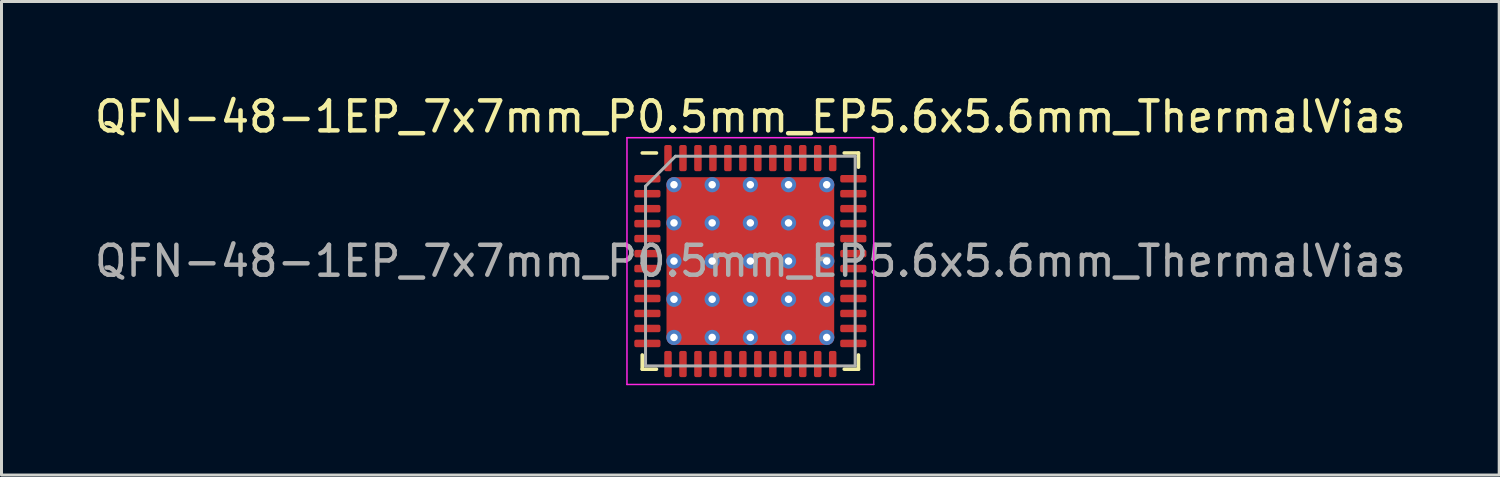
<source format=kicad_pcb>
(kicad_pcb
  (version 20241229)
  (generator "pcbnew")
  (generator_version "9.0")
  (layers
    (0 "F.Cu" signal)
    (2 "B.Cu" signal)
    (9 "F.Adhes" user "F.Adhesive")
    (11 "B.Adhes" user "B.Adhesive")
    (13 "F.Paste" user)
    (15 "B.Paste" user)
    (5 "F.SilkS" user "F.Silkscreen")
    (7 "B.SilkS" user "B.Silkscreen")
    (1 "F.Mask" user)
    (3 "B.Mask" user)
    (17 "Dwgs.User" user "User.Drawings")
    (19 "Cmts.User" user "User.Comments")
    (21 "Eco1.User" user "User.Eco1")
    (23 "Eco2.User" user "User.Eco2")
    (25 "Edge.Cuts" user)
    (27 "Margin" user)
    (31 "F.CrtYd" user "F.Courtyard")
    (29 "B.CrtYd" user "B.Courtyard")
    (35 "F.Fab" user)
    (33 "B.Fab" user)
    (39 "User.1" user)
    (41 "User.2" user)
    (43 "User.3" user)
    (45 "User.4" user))
  (footprint "QFN-48-1EP_7x7mm_P0.5mm_EP5.6x5.6mm_ThermalVias"
    (layer "F.Cu")
    (at 22.006 5.668)
    (property "Reference" "QFN-48-1EP_7x7mm_P0.5mm_EP5.6x5.6mm_ThermalVias" (at 0 -4.82 0) (layer "F.SilkS") (effects (font (size 1 1) (thickness 0.15))))
    (attr smd)
    (fp_line (start -3.61 3.61) (end -3.61 3.135) (stroke (width 0.12) (type solid)) (layer "F.SilkS"))
    (fp_line (start -3.135 -3.61) (end -3.61 -3.61) (stroke (width 0.12) (type solid)) (layer "F.SilkS"))
    (fp_line (start -3.135 3.61) (end -3.61 3.61) (stroke (width 0.12) (type solid)) (layer "F.SilkS"))
    (fp_line (start 3.135 -3.61) (end 3.61 -3.61) (stroke (width 0.12) (type solid)) (layer "F.SilkS"))
    (fp_line (start 3.135 3.61) (end 3.61 3.61) (stroke (width 0.12) (type solid)) (layer "F.SilkS"))
    (fp_line (start 3.61 -3.61) (end 3.61 -3.135) (stroke (width 0.12) (type solid)) (layer "F.SilkS"))
    (fp_line (start 3.61 3.61) (end 3.61 3.135) (stroke (width 0.12) (type solid)) (layer "F.SilkS"))
    (fp_line (start -4.12 -4.12) (end -4.12 4.12) (stroke (width 0.05) (type solid)) (layer "F.CrtYd"))
    (fp_line (start -4.12 4.12) (end 4.12 4.12) (stroke (width 0.05) (type solid)) (layer "F.CrtYd"))
    (fp_line (start 4.12 -4.12) (end -4.12 -4.12) (stroke (width 0.05) (type solid)) (layer "F.CrtYd"))
    (fp_line (start 4.12 4.12) (end 4.12 -4.12) (stroke (width 0.05) (type solid)) (layer "F.CrtYd"))
    (fp_line (start -3.5 -2.5) (end -2.5 -3.5) (stroke (width 0.1) (type solid)) (layer "F.Fab"))
    (fp_line (start -3.5 3.5) (end -3.5 -2.5) (stroke (width 0.1) (type solid)) (layer "F.Fab"))
    (fp_line (start -2.5 -3.5) (end 3.5 -3.5) (stroke (width 0.1) (type solid)) (layer "F.Fab"))
    (fp_line (start 3.5 -3.5) (end 3.5 3.5) (stroke (width 0.1) (type solid)) (layer "F.Fab"))
    (fp_line (start 3.5 3.5) (end -3.5 3.5) (stroke (width 0.1) (type solid)) (layer "F.Fab"))
    (fp_text user "${REFERENCE}" (at 0 0 0) (layer "F.Fab") (effects (font (size 1 1) (thickness 0.15))))
    (pad "" smd roundrect (at -1.913 -1.913) (size 1.084 1.084) (layers "F.Paste") (roundrect_rratio 0.231))
    (pad "" smd roundrect (at -1.913 -0.637) (size 1.084 1.084) (layers "F.Paste") (roundrect_rratio 0.231))
    (pad "" smd roundrect (at -1.913 0.637) (size 1.084 1.084) (layers "F.Paste") (roundrect_rratio 0.231))
    (pad "" smd roundrect (at -1.913 1.913) (size 1.084 1.084) (layers "F.Paste") (roundrect_rratio 0.231))
    (pad "" smd roundrect (at -0.637 -1.913) (size 1.084 1.084) (layers "F.Paste") (roundrect_rratio 0.231))
    (pad "" smd roundrect (at -0.637 -0.637) (size 1.084 1.084) (layers "F.Paste") (roundrect_rratio 0.231))
    (pad "" smd roundrect (at -0.637 0.637) (size 1.084 1.084) (layers "F.Paste") (roundrect_rratio 0.231))
    (pad "" smd roundrect (at -0.637 1.913) (size 1.084 1.084) (layers "F.Paste") (roundrect_rratio 0.231))
    (pad "" smd roundrect (at 0.637 -1.913) (size 1.084 1.084) (layers "F.Paste") (roundrect_rratio 0.231))
    (pad "" smd roundrect (at 0.637 -0.637) (size 1.084 1.084) (layers "F.Paste") (roundrect_rratio 0.231))
    (pad "" smd roundrect (at 0.637 0.637) (size 1.084 1.084) (layers "F.Paste") (roundrect_rratio 0.231))
    (pad "" smd roundrect (at 0.637 1.913) (size 1.084 1.084) (layers "F.Paste") (roundrect_rratio 0.231))
    (pad "" smd roundrect (at 1.913 -1.913) (size 1.084 1.084) (layers "F.Paste") (roundrect_rratio 0.231))
    (pad "" smd roundrect (at 1.913 -0.637) (size 1.084 1.084) (layers "F.Paste") (roundrect_rratio 0.231))
    (pad "" smd roundrect (at 1.913 0.637) (size 1.084 1.084) (layers "F.Paste") (roundrect_rratio 0.231))
    (pad "" smd roundrect (at 1.913 1.913) (size 1.084 1.084) (layers "F.Paste") (roundrect_rratio 0.231))
    (pad "1" smd roundrect (at -3.438 -2.75) (size 0.875 0.25) (layers "F.Cu" "F.Mask" "F.Paste") (roundrect_rratio 0.25))
    (pad "2" smd roundrect (at -3.438 -2.25) (size 0.875 0.25) (layers "F.Cu" "F.Mask" "F.Paste") (roundrect_rratio 0.25))
    (pad "3" smd roundrect (at -3.438 -1.75) (size 0.875 0.25) (layers "F.Cu" "F.Mask" "F.Paste") (roundrect_rratio 0.25))
    (pad "4" smd roundrect (at -3.438 -1.25) (size 0.875 0.25) (layers "F.Cu" "F.Mask" "F.Paste") (roundrect_rratio 0.25))
    (pad "5" smd roundrect (at -3.438 -0.75) (size 0.875 0.25) (layers "F.Cu" "F.Mask" "F.Paste") (roundrect_rratio 0.25))
    (pad "6" smd roundrect (at -3.438 -0.25) (size 0.875 0.25) (layers "F.Cu" "F.Mask" "F.Paste") (roundrect_rratio 0.25))
    (pad "7" smd roundrect (at -3.438 0.25) (size 0.875 0.25) (layers "F.Cu" "F.Mask" "F.Paste") (roundrect_rratio 0.25))
    (pad "8" smd roundrect (at -3.438 0.75) (size 0.875 0.25) (layers "F.Cu" "F.Mask" "F.Paste") (roundrect_rratio 0.25))
    (pad "9" smd roundrect (at -3.438 1.25) (size 0.875 0.25) (layers "F.Cu" "F.Mask" "F.Paste") (roundrect_rratio 0.25))
    (pad "10" smd roundrect (at -3.438 1.75) (size 0.875 0.25) (layers "F.Cu" "F.Mask" "F.Paste") (roundrect_rratio 0.25))
    (pad "11" smd roundrect (at -3.438 2.25) (size 0.875 0.25) (layers "F.Cu" "F.Mask" "F.Paste") (roundrect_rratio 0.25))
    (pad "12" smd roundrect (at -3.438 2.75) (size 0.875 0.25) (layers "F.Cu" "F.Mask" "F.Paste") (roundrect_rratio 0.25))
    (pad "13" smd roundrect (at -2.75 3.438) (size 0.25 0.875) (layers "F.Cu" "F.Mask" "F.Paste") (roundrect_rratio 0.25))
    (pad "14" smd roundrect (at -2.25 3.438) (size 0.25 0.875) (layers "F.Cu" "F.Mask" "F.Paste") (roundrect_rratio 0.25))
    (pad "15" smd roundrect (at -1.75 3.438) (size 0.25 0.875) (layers "F.Cu" "F.Mask" "F.Paste") (roundrect_rratio 0.25))
    (pad "16" smd roundrect (at -1.25 3.438) (size 0.25 0.875) (layers "F.Cu" "F.Mask" "F.Paste") (roundrect_rratio 0.25))
    (pad "17" smd roundrect (at -0.75 3.438) (size 0.25 0.875) (layers "F.Cu" "F.Mask" "F.Paste") (roundrect_rratio 0.25))
    (pad "18" smd roundrect (at -0.25 3.438) (size 0.25 0.875) (layers "F.Cu" "F.Mask" "F.Paste") (roundrect_rratio 0.25))
    (pad "19" smd roundrect (at 0.25 3.438) (size 0.25 0.875) (layers "F.Cu" "F.Mask" "F.Paste") (roundrect_rratio 0.25))
    (pad "20" smd roundrect (at 0.75 3.438) (size 0.25 0.875) (layers "F.Cu" "F.Mask" "F.Paste") (roundrect_rratio 0.25))
    (pad "21" smd roundrect (at 1.25 3.438) (size 0.25 0.875) (layers "F.Cu" "F.Mask" "F.Paste") (roundrect_rratio 0.25))
    (pad "22" smd roundrect (at 1.75 3.438) (size 0.25 0.875) (layers "F.Cu" "F.Mask" "F.Paste") (roundrect_rratio 0.25))
    (pad "23" smd roundrect (at 2.25 3.438) (size 0.25 0.875) (layers "F.Cu" "F.Mask" "F.Paste") (roundrect_rratio 0.25))
    (pad "24" smd roundrect (at 2.75 3.438) (size 0.25 0.875) (layers "F.Cu" "F.Mask" "F.Paste") (roundrect_rratio 0.25))
    (pad "25" smd roundrect (at 3.438 2.75) (size 0.875 0.25) (layers "F.Cu" "F.Mask" "F.Paste") (roundrect_rratio 0.25))
    (pad "26" smd roundrect (at 3.438 2.25) (size 0.875 0.25) (layers "F.Cu" "F.Mask" "F.Paste") (roundrect_rratio 0.25))
    (pad "27" smd roundrect (at 3.438 1.75) (size 0.875 0.25) (layers "F.Cu" "F.Mask" "F.Paste") (roundrect_rratio 0.25))
    (pad "28" smd roundrect (at 3.438 1.25) (size 0.875 0.25) (layers "F.Cu" "F.Mask" "F.Paste") (roundrect_rratio 0.25))
    (pad "29" smd roundrect (at 3.438 0.75) (size 0.875 0.25) (layers "F.Cu" "F.Mask" "F.Paste") (roundrect_rratio 0.25))
    (pad "30" smd roundrect (at 3.438 0.25) (size 0.875 0.25) (layers "F.Cu" "F.Mask" "F.Paste") (roundrect_rratio 0.25))
    (pad "31" smd roundrect (at 3.438 -0.25) (size 0.875 0.25) (layers "F.Cu" "F.Mask" "F.Paste") (roundrect_rratio 0.25))
    (pad "32" smd roundrect (at 3.438 -0.75) (size 0.875 0.25) (layers "F.Cu" "F.Mask" "F.Paste") (roundrect_rratio 0.25))
    (pad "33" smd roundrect (at 3.438 -1.25) (size 0.875 0.25) (layers "F.Cu" "F.Mask" "F.Paste") (roundrect_rratio 0.25))
    (pad "34" smd roundrect (at 3.438 -1.75) (size 0.875 0.25) (layers "F.Cu" "F.Mask" "F.Paste") (roundrect_rratio 0.25))
    (pad "35" smd roundrect (at 3.438 -2.25) (size 0.875 0.25) (layers "F.Cu" "F.Mask" "F.Paste") (roundrect_rratio 0.25))
    (pad "36" smd roundrect (at 3.438 -2.75) (size 0.875 0.25) (layers "F.Cu" "F.Mask" "F.Paste") (roundrect_rratio 0.25))
    (pad "37" smd roundrect (at 2.75 -3.438) (size 0.25 0.875) (layers "F.Cu" "F.Mask" "F.Paste") (roundrect_rratio 0.25))
    (pad "38" smd roundrect (at 2.25 -3.438) (size 0.25 0.875) (layers "F.Cu" "F.Mask" "F.Paste") (roundrect_rratio 0.25))
    (pad "39" smd roundrect (at 1.75 -3.438) (size 0.25 0.875) (layers "F.Cu" "F.Mask" "F.Paste") (roundrect_rratio 0.25))
    (pad "40" smd roundrect (at 1.25 -3.438) (size 0.25 0.875) (layers "F.Cu" "F.Mask" "F.Paste") (roundrect_rratio 0.25))
    (pad "41" smd roundrect (at 0.75 -3.438) (size 0.25 0.875) (layers "F.Cu" "F.Mask" "F.Paste") (roundrect_rratio 0.25))
    (pad "42" smd roundrect (at 0.25 -3.438) (size 0.25 0.875) (layers "F.Cu" "F.Mask" "F.Paste") (roundrect_rratio 0.25))
    (pad "43" smd roundrect (at -0.25 -3.438) (size 0.25 0.875) (layers "F.Cu" "F.Mask" "F.Paste") (roundrect_rratio 0.25))
    (pad "44" smd roundrect (at -0.75 -3.438) (size 0.25 0.875) (layers "F.Cu" "F.Mask" "F.Paste") (roundrect_rratio 0.25))
    (pad "45" smd roundrect (at -1.25 -3.438) (size 0.25 0.875) (layers "F.Cu" "F.Mask" "F.Paste") (roundrect_rratio 0.25))
    (pad "46" smd roundrect (at -1.75 -3.438) (size 0.25 0.875) (layers "F.Cu" "F.Mask" "F.Paste") (roundrect_rratio 0.25))
    (pad "47" smd roundrect (at -2.25 -3.438) (size 0.25 0.875) (layers "F.Cu" "F.Mask" "F.Paste") (roundrect_rratio 0.25))
    (pad "48" smd roundrect (at -2.75 -3.438) (size 0.25 0.875) (layers "F.Cu" "F.Mask" "F.Paste") (roundrect_rratio 0.25))
    (pad "49" thru_hole circle (at -2.55 -2.55) (size 0.508 0.508) (drill 0.25) (layers "*.Cu"))
    (pad "49" thru_hole circle (at -2.55 -1.275) (size 0.508 0.508) (drill 0.25) (layers "*.Cu"))
    (pad "49" thru_hole circle (at -2.55 0) (size 0.508 0.508) (drill 0.25) (layers "*.Cu"))
    (pad "49" thru_hole circle (at -2.55 1.275) (size 0.508 0.508) (drill 0.25) (layers "*.Cu"))
    (pad "49" thru_hole circle (at -2.55 2.55) (size 0.508 0.508) (drill 0.25) (layers "*.Cu"))
    (pad "49" thru_hole circle (at -1.275 -2.55) (size 0.508 0.508) (drill 0.25) (layers "*.Cu"))
    (pad "49" thru_hole circle (at -1.275 -1.275) (size 0.508 0.508) (drill 0.25) (layers "*.Cu"))
    (pad "49" thru_hole circle (at -1.275 0) (size 0.508 0.508) (drill 0.25) (layers "*.Cu"))
    (pad "49" thru_hole circle (at -1.275 1.275) (size 0.508 0.508) (drill 0.25) (layers "*.Cu"))
    (pad "49" thru_hole circle (at -1.275 2.55) (size 0.508 0.508) (drill 0.25) (layers "*.Cu"))
    (pad "49" thru_hole circle (at 0 -2.55) (size 0.508 0.508) (drill 0.25) (layers "*.Cu"))
    (pad "49" thru_hole circle (at 0 -1.275) (size 0.508 0.508) (drill 0.25) (layers "*.Cu"))
    (pad "49" thru_hole circle (at 0 0) (size 0.508 0.508) (drill 0.25) (layers "*.Cu"))
    (pad "49" smd roundrect (at 0 0) (size 5.6 5.6) (layers "F.Cu" "F.Mask") (roundrect_rratio 0.045))
    (pad "49" thru_hole circle (at 0 1.275) (size 0.508 0.508) (drill 0.25) (layers "*.Cu"))
    (pad "49" thru_hole circle (at 0 2.55) (size 0.508 0.508) (drill 0.25) (layers "*.Cu"))
    (pad "49" thru_hole circle (at 1.275 -2.55) (size 0.508 0.508) (drill 0.25) (layers "*.Cu"))
    (pad "49" thru_hole circle (at 1.275 -1.275) (size 0.508 0.508) (drill 0.25) (layers "*.Cu"))
    (pad "49" thru_hole circle (at 1.275 0) (size 0.508 0.508) (drill 0.25) (layers "*.Cu"))
    (pad "49" thru_hole circle (at 1.275 1.275) (size 0.508 0.508) (drill 0.25) (layers "*.Cu"))
    (pad "49" thru_hole circle (at 1.275 2.55) (size 0.508 0.508) (drill 0.25) (layers "*.Cu"))
    (pad "49" thru_hole circle (at 2.55 -2.55) (size 0.508 0.508) (drill 0.25) (layers "*.Cu"))
    (pad "49" thru_hole circle (at 2.55 -1.275) (size 0.508 0.508) (drill 0.25) (layers "*.Cu"))
    (pad "49" thru_hole circle (at 2.55 0) (size 0.508 0.508) (drill 0.25) (layers "*.Cu"))
    (pad "49" thru_hole circle (at 2.55 1.275) (size 0.508 0.508) (drill 0.25) (layers "*.Cu"))
    (pad "49" thru_hole circle (at 2.55 2.55) (size 0.508 0.508) (drill 0.25) (layers "*.Cu")))
  (gr_rect
    (start -3 -3)
    (end 47.012 12.813)
    (stroke (width 0.1) (type default))
    (fill no)
    (layer "Edge.Cuts")))
</source>
